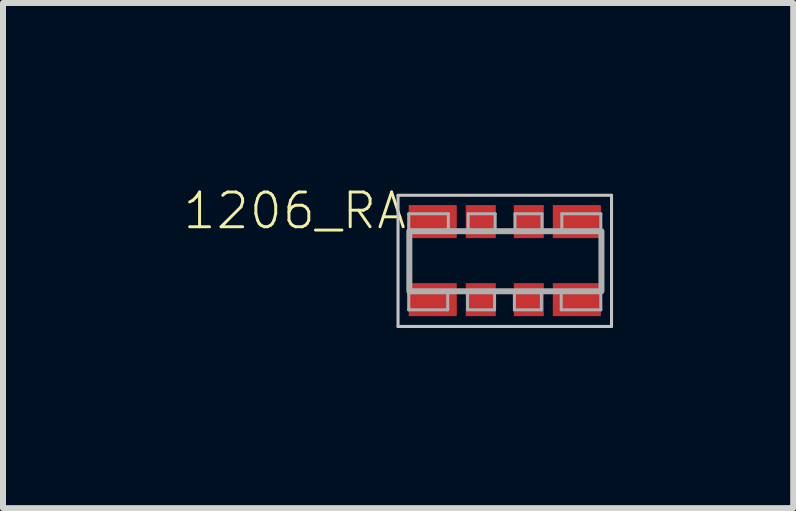
<source format=kicad_pcb>
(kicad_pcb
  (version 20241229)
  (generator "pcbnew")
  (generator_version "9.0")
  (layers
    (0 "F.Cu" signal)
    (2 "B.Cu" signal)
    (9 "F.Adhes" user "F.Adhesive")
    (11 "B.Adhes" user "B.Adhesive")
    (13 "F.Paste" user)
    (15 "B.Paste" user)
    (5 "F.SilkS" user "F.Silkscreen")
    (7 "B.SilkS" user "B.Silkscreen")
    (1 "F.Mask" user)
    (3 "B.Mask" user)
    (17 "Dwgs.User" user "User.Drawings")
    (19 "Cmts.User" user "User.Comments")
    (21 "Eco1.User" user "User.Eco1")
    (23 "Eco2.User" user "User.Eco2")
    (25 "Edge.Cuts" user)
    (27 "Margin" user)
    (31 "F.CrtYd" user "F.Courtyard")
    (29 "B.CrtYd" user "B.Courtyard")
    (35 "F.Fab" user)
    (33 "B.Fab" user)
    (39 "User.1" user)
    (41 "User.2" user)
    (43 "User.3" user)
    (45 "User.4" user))
  (footprint "1206_RA"
    (layer "F.Cu")
    (at 5.358 1.321)
    (property "Reference" "1206_RA" (at -1.605 -1.198 0) (layer "F.SilkS") (effects (font (size 0.579 0.579) (thickness 0.049)) (justify right top)))
    (attr through_hole)
    (fp_poly (pts (xy -1.62 -0.38) (xy -0.78 -0.38) (xy -0.78 -1) (xy -1.62 -1)) (stroke (width 0) (type solid)) (fill yes) (layer "F.Mask"))
    (fp_poly (pts (xy -1.62 0.94) (xy -0.78 0.94) (xy -0.78 0.32) (xy -1.62 0.32)) (stroke (width 0) (type solid)) (fill yes) (layer "F.Mask"))
    (fp_poly (pts (xy -0.68 -0.38) (xy -0.12 -0.38) (xy -0.12 -1) (xy -0.68 -1)) (stroke (width 0) (type solid)) (fill yes) (layer "F.Mask"))
    (fp_poly (pts (xy -0.68 0.94) (xy -0.12 0.94) (xy -0.12 0.32) (xy -0.68 0.32)) (stroke (width 0) (type solid)) (fill yes) (layer "F.Mask"))
    (fp_poly (pts (xy 0.12 -0.38) (xy 0.68 -0.38) (xy 0.68 -1) (xy 0.12 -1)) (stroke (width 0) (type solid)) (fill yes) (layer "F.Mask"))
    (fp_poly (pts (xy 0.12 0.94) (xy 0.68 0.94) (xy 0.68 0.32) (xy 0.12 0.32)) (stroke (width 0) (type solid)) (fill yes) (layer "F.Mask"))
    (fp_poly (pts (xy 0.78 -0.38) (xy 1.62 -0.38) (xy 1.62 -1) (xy 0.78 -1)) (stroke (width 0) (type solid)) (fill yes) (layer "F.Mask"))
    (fp_poly (pts (xy 0.78 0.94) (xy 1.62 0.94) (xy 1.62 0.3) (xy 0.78 0.3)) (stroke (width 0) (type solid)) (fill yes) (layer "F.Mask"))
    (fp_line (start -1.778 -1.118) (end 1.778 -1.118) (stroke (width 0.051) (type solid)) (layer "Dwgs.User"))
    (fp_line (start -1.778 1.067) (end -1.778 -1.118) (stroke (width 0.051) (type solid)) (layer "Dwgs.User"))
    (fp_line (start 1.778 -1.118) (end 1.778 1.067) (stroke (width 0.051) (type solid)) (layer "Dwgs.User"))
    (fp_line (start 1.778 1.067) (end -1.778 1.067) (stroke (width 0.051) (type solid)) (layer "Dwgs.User"))
    (fp_line (start -1.6 -0.81) (end -1.6 0.79) (stroke (width 0.051) (type solid)) (layer "F.Fab"))
    (fp_line (start -1.6 0.79) (end -0.95 0.79) (stroke (width 0.05) (type solid)) (layer "F.Fab"))
    (fp_line (start -0.95 0.49) (end -0.62 0.49) (stroke (width 0.05) (type solid)) (layer "F.Fab"))
    (fp_line (start -0.95 0.79) (end -0.95 0.49) (stroke (width 0.05) (type solid)) (layer "F.Fab"))
    (fp_line (start -0.94 -0.81) (end -1.6 -0.81) (stroke (width 0.05) (type solid)) (layer "F.Fab"))
    (fp_line (start -0.94 -0.51) (end -0.94 -0.81) (stroke (width 0.05) (type solid)) (layer "F.Fab"))
    (fp_line (start -0.62 0.49) (end -0.62 0.79) (stroke (width 0.05) (type solid)) (layer "F.Fab"))
    (fp_line (start -0.62 0.79) (end -0.17 0.79) (stroke (width 0.05) (type solid)) (layer "F.Fab"))
    (fp_line (start -0.61 -0.81) (end -0.61 -0.51) (stroke (width 0.05) (type solid)) (layer "F.Fab"))
    (fp_line (start -0.61 -0.51) (end -0.94 -0.51) (stroke (width 0.05) (type solid)) (layer "F.Fab"))
    (fp_line (start -0.17 0.49) (end 0.16 0.49) (stroke (width 0.05) (type solid)) (layer "F.Fab"))
    (fp_line (start -0.17 0.79) (end -0.17 0.49) (stroke (width 0.05) (type solid)) (layer "F.Fab"))
    (fp_line (start -0.16 -0.81) (end -0.61 -0.81) (stroke (width 0.05) (type solid)) (layer "F.Fab"))
    (fp_line (start -0.16 -0.51) (end -0.16 -0.81) (stroke (width 0.05) (type solid)) (layer "F.Fab"))
    (fp_line (start 0.16 0.49) (end 0.16 0.79) (stroke (width 0.05) (type solid)) (layer "F.Fab"))
    (fp_line (start 0.16 0.79) (end 0.61 0.79) (stroke (width 0.05) (type solid)) (layer "F.Fab"))
    (fp_line (start 0.17 -0.81) (end 0.17 -0.51) (stroke (width 0.05) (type solid)) (layer "F.Fab"))
    (fp_line (start 0.17 -0.51) (end -0.16 -0.51) (stroke (width 0.05) (type solid)) (layer "F.Fab"))
    (fp_line (start 0.61 0.49) (end 0.94 0.49) (stroke (width 0.05) (type solid)) (layer "F.Fab"))
    (fp_line (start 0.61 0.79) (end 0.61 0.49) (stroke (width 0.05) (type solid)) (layer "F.Fab"))
    (fp_line (start 0.62 -0.81) (end 0.17 -0.81) (stroke (width 0.05) (type solid)) (layer "F.Fab"))
    (fp_line (start 0.62 -0.51) (end 0.62 -0.81) (stroke (width 0.05) (type solid)) (layer "F.Fab"))
    (fp_line (start 0.94 0.49) (end 0.94 0.79) (stroke (width 0.05) (type solid)) (layer "F.Fab"))
    (fp_line (start 0.94 0.79) (end 1.6 0.79) (stroke (width 0.05) (type solid)) (layer "F.Fab"))
    (fp_line (start 0.95 -0.81) (end 0.95 -0.51) (stroke (width 0.05) (type solid)) (layer "F.Fab"))
    (fp_line (start 0.95 -0.51) (end 0.62 -0.51) (stroke (width 0.05) (type solid)) (layer "F.Fab"))
    (fp_line (start 1.6 -0.81) (end 0.95 -0.81) (stroke (width 0.05) (type solid)) (layer "F.Fab"))
    (fp_line (start 1.6 0.79) (end 1.6 -0.81) (stroke (width 0.05) (type solid)) (layer "F.Fab"))
    (fp_poly (pts (xy -1.59 0.48) (xy 1.61 0.48) (xy 1.61 -0.52) (xy -1.59 -0.52)) (stroke (width 0.1) (type solid)) (fill no) (layer "F.Fab"))
    (pad "P1" smd rect (at -1.2 0.62) (size 0.8 0.55) (layers "F.Cu" "F.Mask" "F.Paste"))
    (pad "P2" smd rect (at -0.4 0.62) (size 0.5 0.55) (layers "F.Cu" "F.Mask" "F.Paste"))
    (pad "P3" smd rect (at 0.4 0.62) (size 0.5 0.55) (layers "F.Cu" "F.Mask" "F.Paste"))
    (pad "P4" smd rect (at 1.2 0.62) (size 0.8 0.55) (layers "F.Cu" "F.Mask" "F.Paste"))
    (pad "P5" smd rect (at 1.2 -0.68) (size 0.8 0.55) (layers "F.Cu" "F.Mask" "F.Paste"))
    (pad "P6" smd rect (at 0.4 -0.68) (size 0.5 0.55) (layers "F.Cu" "F.Mask" "F.Paste"))
    (pad "P7" smd rect (at -0.4 -0.68) (size 0.5 0.55) (layers "F.Cu" "F.Mask" "F.Paste"))
    (pad "P8" smd rect (at -1.2 -0.68) (size 0.8 0.55) (layers "F.Cu" "F.Mask" "F.Paste")))
  (gr_rect
    (start -3 -3)
    (end 10.162 5.414)
    (stroke (width 0.1) (type default))
    (fill no)
    (layer "Edge.Cuts")))
</source>
